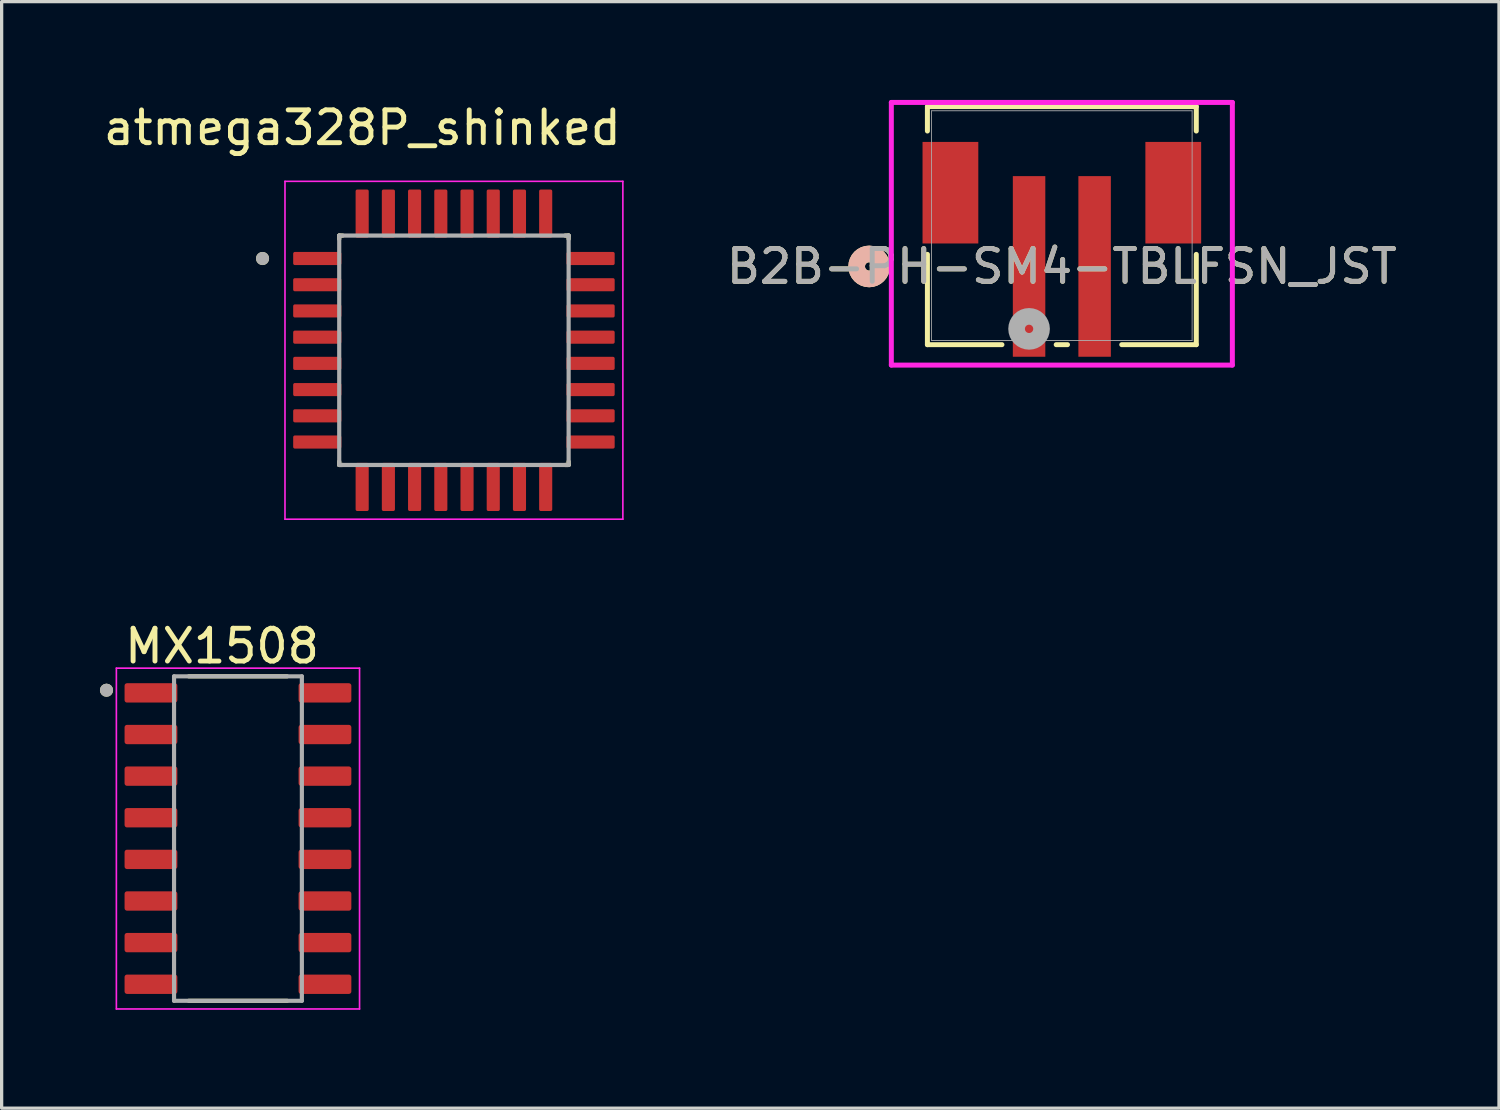
<source format=kicad_pcb>
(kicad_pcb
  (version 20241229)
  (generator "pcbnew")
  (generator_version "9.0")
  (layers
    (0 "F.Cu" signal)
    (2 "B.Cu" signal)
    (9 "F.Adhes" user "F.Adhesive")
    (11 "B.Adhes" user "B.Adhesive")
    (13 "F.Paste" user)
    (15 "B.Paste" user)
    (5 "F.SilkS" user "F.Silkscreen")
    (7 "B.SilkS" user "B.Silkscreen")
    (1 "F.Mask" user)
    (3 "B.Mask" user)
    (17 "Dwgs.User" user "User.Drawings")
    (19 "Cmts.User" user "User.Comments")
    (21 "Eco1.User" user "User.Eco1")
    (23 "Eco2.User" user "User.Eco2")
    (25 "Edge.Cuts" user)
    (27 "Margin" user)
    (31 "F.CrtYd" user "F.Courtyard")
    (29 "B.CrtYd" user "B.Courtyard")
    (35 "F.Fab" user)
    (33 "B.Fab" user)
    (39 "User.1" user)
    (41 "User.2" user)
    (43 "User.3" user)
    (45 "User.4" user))
  (footprint "MX1508"
    (layer "F.Cu")
    (at 4.211 22.538)
    (property "Reference" "MX1508" (at -0.485 -5.872 0) (layer "F.SilkS") (effects (font (size 1 1) (thickness 0.15))))
    (attr smd)
    (fp_line (start -1.5 -4.95) (end 1.5 -4.95) (stroke (width 0.127) (type solid)) (layer "F.SilkS"))
    (fp_line (start -1.5 4.95) (end 1.5 4.95) (stroke (width 0.127) (type solid)) (layer "F.SilkS"))
    (fp_circle (center -4.011 -4.527) (end -3.911 -4.527) (stroke (width 0.2) (type solid)) (fill no) (layer "F.SilkS"))
    (fp_line (start -3.71 -5.2) (end -3.71 5.2) (stroke (width 0.05) (type solid)) (layer "F.CrtYd"))
    (fp_line (start -3.71 -5.2) (end 3.71 -5.2) (stroke (width 0.05) (type solid)) (layer "F.CrtYd"))
    (fp_line (start -3.71 5.2) (end 3.71 5.2) (stroke (width 0.05) (type solid)) (layer "F.CrtYd"))
    (fp_line (start 3.71 -5.2) (end 3.71 5.2) (stroke (width 0.05) (type solid)) (layer "F.CrtYd"))
    (fp_line (start -1.95 -4.95) (end -1.95 4.95) (stroke (width 0.127) (type solid)) (layer "F.Fab"))
    (fp_line (start -1.95 -4.95) (end 1.95 -4.95) (stroke (width 0.127) (type solid)) (layer "F.Fab"))
    (fp_line (start -1.95 4.95) (end 1.95 4.95) (stroke (width 0.127) (type solid)) (layer "F.Fab"))
    (fp_line (start 1.95 -4.95) (end 1.95 4.95) (stroke (width 0.127) (type solid)) (layer "F.Fab"))
    (fp_circle (center -4.011 -4.527) (end -3.911 -4.527) (stroke (width 0.2) (type solid)) (fill no) (layer "F.Fab"))
    (pad "1" smd roundrect (at -2.655 -4.445) (size 1.61 0.59) (layers "F.Cu" "F.Mask" "F.Paste") (roundrect_rratio 0.125))
    (pad "2" smd roundrect (at -2.655 -3.175) (size 1.61 0.59) (layers "F.Cu" "F.Mask" "F.Paste") (roundrect_rratio 0.125))
    (pad "3" smd roundrect (at -2.655 -1.905) (size 1.61 0.59) (layers "F.Cu" "F.Mask" "F.Paste") (roundrect_rratio 0.125))
    (pad "4" smd roundrect (at -2.655 -0.635) (size 1.61 0.59) (layers "F.Cu" "F.Mask" "F.Paste") (roundrect_rratio 0.125))
    (pad "5" smd roundrect (at -2.655 0.635) (size 1.61 0.59) (layers "F.Cu" "F.Mask" "F.Paste") (roundrect_rratio 0.125))
    (pad "6" smd roundrect (at -2.655 1.905) (size 1.61 0.59) (layers "F.Cu" "F.Mask" "F.Paste") (roundrect_rratio 0.125))
    (pad "7" smd roundrect (at -2.655 3.175) (size 1.61 0.59) (layers "F.Cu" "F.Mask" "F.Paste") (roundrect_rratio 0.125))
    (pad "8" smd roundrect (at -2.655 4.445) (size 1.61 0.59) (layers "F.Cu" "F.Mask" "F.Paste") (roundrect_rratio 0.125))
    (pad "9" smd roundrect (at 2.655 4.445) (size 1.61 0.59) (layers "F.Cu" "F.Mask" "F.Paste") (roundrect_rratio 0.125))
    (pad "10" smd roundrect (at 2.655 3.175) (size 1.61 0.59) (layers "F.Cu" "F.Mask" "F.Paste") (roundrect_rratio 0.125))
    (pad "11" smd roundrect (at 2.655 1.905) (size 1.61 0.59) (layers "F.Cu" "F.Mask" "F.Paste") (roundrect_rratio 0.125))
    (pad "12" smd roundrect (at 2.655 0.635) (size 1.61 0.59) (layers "F.Cu" "F.Mask" "F.Paste") (roundrect_rratio 0.125))
    (pad "13" smd roundrect (at 2.655 -0.635) (size 1.61 0.59) (layers "F.Cu" "F.Mask" "F.Paste") (roundrect_rratio 0.125))
    (pad "14" smd roundrect (at 2.655 -1.905) (size 1.61 0.59) (layers "F.Cu" "F.Mask" "F.Paste") (roundrect_rratio 0.125))
    (pad "15" smd roundrect (at 2.655 -3.175) (size 1.61 0.59) (layers "F.Cu" "F.Mask" "F.Paste") (roundrect_rratio 0.125))
    (pad "16" smd roundrect (at 2.655 -4.445) (size 1.61 0.59) (layers "F.Cu" "F.Mask" "F.Paste") (roundrect_rratio 0.125)))
  (footprint "atmega328P_shinked"
    (layer "F.Cu")
    (at 10.801 7.638)
    (property "Reference" "atmega328P_shinked" (at -2.795 -6.79 0) (layer "F.SilkS") (effects (font (size 1 1) (thickness 0.15))))
    (attr smd)
    (fp_line (start -3.5 -3.5) (end -3.5 -3.395) (stroke (width 0.127) (type solid)) (layer "F.SilkS"))
    (fp_line (start -3.5 -3.5) (end -3.395 -3.5) (stroke (width 0.127) (type solid)) (layer "F.SilkS"))
    (fp_line (start -3.5 3.5) (end -3.5 3.395) (stroke (width 0.127) (type solid)) (layer "F.SilkS"))
    (fp_line (start -3.5 3.5) (end -3.395 3.5) (stroke (width 0.127) (type solid)) (layer "F.SilkS"))
    (fp_line (start 3.5 -3.5) (end 3.395 -3.5) (stroke (width 0.127) (type solid)) (layer "F.SilkS"))
    (fp_line (start 3.5 -3.5) (end 3.5 -3.395) (stroke (width 0.127) (type solid)) (layer "F.SilkS"))
    (fp_line (start 3.5 3.5) (end 3.395 3.5) (stroke (width 0.127) (type solid)) (layer "F.SilkS"))
    (fp_line (start 3.5 3.5) (end 3.5 3.395) (stroke (width 0.127) (type solid)) (layer "F.SilkS"))
    (fp_circle (center -5.84 -2.8) (end -5.74 -2.8) (stroke (width 0.2) (type solid)) (fill no) (layer "F.SilkS"))
    (fp_line (start -5.155 -5.155) (end 5.155 -5.155) (stroke (width 0.05) (type solid)) (layer "F.CrtYd"))
    (fp_line (start -5.155 5.155) (end -5.155 -5.155) (stroke (width 0.05) (type solid)) (layer "F.CrtYd"))
    (fp_line (start -5.155 5.155) (end 5.155 5.155) (stroke (width 0.05) (type solid)) (layer "F.CrtYd"))
    (fp_line (start 5.155 5.155) (end 5.155 -5.155) (stroke (width 0.05) (type solid)) (layer "F.CrtYd"))
    (fp_line (start -3.5 3.5) (end -3.5 -3.5) (stroke (width 0.127) (type solid)) (layer "F.Fab"))
    (fp_line (start 3.5 -3.5) (end -3.5 -3.5) (stroke (width 0.127) (type solid)) (layer "F.Fab"))
    (fp_line (start 3.5 3.5) (end -3.5 3.5) (stroke (width 0.127) (type solid)) (layer "F.Fab"))
    (fp_line (start 3.5 3.5) (end 3.5 -3.5) (stroke (width 0.127) (type solid)) (layer "F.Fab"))
    (fp_circle (center -5.84 -2.8) (end -5.74 -2.8) (stroke (width 0.2) (type solid)) (fill no) (layer "F.Fab"))
    (pad "1" smd roundrect (at -4.17 -2.8) (size 1.47 0.4) (layers "F.Cu" "F.Mask" "F.Paste") (roundrect_rratio 0.125))
    (pad "2" smd roundrect (at -4.17 -2) (size 1.47 0.4) (layers "F.Cu" "F.Mask" "F.Paste") (roundrect_rratio 0.125))
    (pad "3" smd roundrect (at -4.17 -1.2) (size 1.47 0.4) (layers "F.Cu" "F.Mask" "F.Paste") (roundrect_rratio 0.125))
    (pad "4" smd roundrect (at -4.17 -0.4) (size 1.47 0.4) (layers "F.Cu" "F.Mask" "F.Paste") (roundrect_rratio 0.125))
    (pad "5" smd roundrect (at -4.17 0.4) (size 1.47 0.4) (layers "F.Cu" "F.Mask" "F.Paste") (roundrect_rratio 0.125))
    (pad "6" smd roundrect (at -4.17 1.2) (size 1.47 0.4) (layers "F.Cu" "F.Mask" "F.Paste") (roundrect_rratio 0.125))
    (pad "7" smd roundrect (at -4.17 2) (size 1.47 0.4) (layers "F.Cu" "F.Mask" "F.Paste") (roundrect_rratio 0.125))
    (pad "8" smd roundrect (at -4.17 2.8) (size 1.47 0.4) (layers "F.Cu" "F.Mask" "F.Paste") (roundrect_rratio 0.125))
    (pad "9" smd roundrect (at -2.8 4.17) (size 0.4 1.47) (layers "F.Cu" "F.Mask" "F.Paste") (roundrect_rratio 0.125))
    (pad "10" smd roundrect (at -2 4.17) (size 0.4 1.47) (layers "F.Cu" "F.Mask" "F.Paste") (roundrect_rratio 0.125))
    (pad "11" smd roundrect (at -1.2 4.17) (size 0.4 1.47) (layers "F.Cu" "F.Mask" "F.Paste") (roundrect_rratio 0.125))
    (pad "12" smd roundrect (at -0.4 4.17) (size 0.4 1.47) (layers "F.Cu" "F.Mask" "F.Paste") (roundrect_rratio 0.125))
    (pad "13" smd roundrect (at 0.4 4.17) (size 0.4 1.47) (layers "F.Cu" "F.Mask" "F.Paste") (roundrect_rratio 0.125))
    (pad "14" smd roundrect (at 1.2 4.17) (size 0.4 1.47) (layers "F.Cu" "F.Mask" "F.Paste") (roundrect_rratio 0.125))
    (pad "15" smd roundrect (at 2 4.17) (size 0.4 1.47) (layers "F.Cu" "F.Mask" "F.Paste") (roundrect_rratio 0.125))
    (pad "16" smd roundrect (at 2.8 4.17) (size 0.4 1.47) (layers "F.Cu" "F.Mask" "F.Paste") (roundrect_rratio 0.125))
    (pad "17" smd roundrect (at 4.17 2.8) (size 1.47 0.4) (layers "F.Cu" "F.Mask" "F.Paste") (roundrect_rratio 0.125))
    (pad "18" smd roundrect (at 4.17 2) (size 1.47 0.4) (layers "F.Cu" "F.Mask" "F.Paste") (roundrect_rratio 0.125))
    (pad "19" smd roundrect (at 4.17 1.2) (size 1.47 0.4) (layers "F.Cu" "F.Mask" "F.Paste") (roundrect_rratio 0.125))
    (pad "20" smd roundrect (at 4.17 0.4) (size 1.47 0.4) (layers "F.Cu" "F.Mask" "F.Paste") (roundrect_rratio 0.125))
    (pad "21" smd roundrect (at 4.17 -0.4) (size 1.47 0.4) (layers "F.Cu" "F.Mask" "F.Paste") (roundrect_rratio 0.125))
    (pad "22" smd roundrect (at 4.17 -1.2) (size 1.47 0.4) (layers "F.Cu" "F.Mask" "F.Paste") (roundrect_rratio 0.125))
    (pad "23" smd roundrect (at 4.17 -2) (size 1.47 0.4) (layers "F.Cu" "F.Mask" "F.Paste") (roundrect_rratio 0.125))
    (pad "24" smd roundrect (at 4.17 -2.8) (size 1.47 0.4) (layers "F.Cu" "F.Mask" "F.Paste") (roundrect_rratio 0.125))
    (pad "25" smd roundrect (at 2.8 -4.17) (size 0.4 1.47) (layers "F.Cu" "F.Mask" "F.Paste") (roundrect_rratio 0.125))
    (pad "26" smd roundrect (at 2 -4.17) (size 0.4 1.47) (layers "F.Cu" "F.Mask" "F.Paste") (roundrect_rratio 0.125))
    (pad "27" smd roundrect (at 1.2 -4.17) (size 0.4 1.47) (layers "F.Cu" "F.Mask" "F.Paste") (roundrect_rratio 0.125))
    (pad "28" smd roundrect (at 0.4 -4.17) (size 0.4 1.47) (layers "F.Cu" "F.Mask" "F.Paste") (roundrect_rratio 0.125))
    (pad "29" smd roundrect (at -0.4 -4.17) (size 0.4 1.47) (layers "F.Cu" "F.Mask" "F.Paste") (roundrect_rratio 0.125))
    (pad "30" smd roundrect (at -1.2 -4.17) (size 0.4 1.47) (layers "F.Cu" "F.Mask" "F.Paste") (roundrect_rratio 0.125))
    (pad "31" smd roundrect (at -2 -4.17) (size 0.4 1.47) (layers "F.Cu" "F.Mask" "F.Paste") (roundrect_rratio 0.125))
    (pad "32" smd roundrect (at -2.8 -4.17) (size 0.4 1.47) (layers "F.Cu" "F.Mask" "F.Paste") (roundrect_rratio 0.125)))
  (footprint "B2B-PH-SM4-TBLFSN_JST"
    (layer "F.Cu")
    (at 29.351 3.835)
    (property "Reference" "B2B-PH-SM4-TBLFSN_JST" (at 0 1.245 0) (unlocked yes) (layer "F.SilkS") (effects (font (size 1 1) (thickness 0.15))))
    (attr smd)
    (fp_line (start -4.102 -3.632) (end -4.102 -2.887) (stroke (width 0.152) (type solid)) (layer "F.SilkS"))
    (fp_line (start -4.102 0.877) (end -4.102 3.632) (stroke (width 0.152) (type solid)) (layer "F.SilkS"))
    (fp_line (start -4.102 3.632) (end -1.828 3.632) (stroke (width 0.152) (type solid)) (layer "F.SilkS"))
    (fp_line (start -0.172 3.632) (end 0.172 3.632) (stroke (width 0.152) (type solid)) (layer "F.SilkS"))
    (fp_line (start 1.828 3.632) (end 4.102 3.632) (stroke (width 0.152) (type solid)) (layer "F.SilkS"))
    (fp_line (start 4.102 -3.632) (end -4.102 -3.632) (stroke (width 0.152) (type solid)) (layer "F.SilkS"))
    (fp_line (start 4.102 -2.887) (end 4.102 -3.632) (stroke (width 0.152) (type solid)) (layer "F.SilkS"))
    (fp_line (start 4.102 3.632) (end 4.102 0.877) (stroke (width 0.152) (type solid)) (layer "F.SilkS"))
    (fp_circle (center -5.88 1.245) (end -5.499 1.245) (stroke (width 0.508) (type solid)) (fill no) (layer "F.SilkS"))
    (fp_circle (center -5.88 1.245) (end -5.499 1.245) (stroke (width 0.508) (type solid)) (fill no) (layer "B.SilkS"))
    (fp_line (start -5.203 -3.759) (end -5.203 4.255) (stroke (width 0.152) (type solid)) (layer "F.CrtYd"))
    (fp_line (start -5.203 4.255) (end 5.203 4.255) (stroke (width 0.152) (type solid)) (layer "F.CrtYd"))
    (fp_line (start 5.203 -3.759) (end -5.203 -3.759) (stroke (width 0.152) (type solid)) (layer "F.CrtYd"))
    (fp_line (start 5.203 4.255) (end 5.203 -3.759) (stroke (width 0.152) (type solid)) (layer "F.CrtYd"))
    (fp_line (start -3.975 -3.505) (end -3.975 3.505) (stroke (width 0.025) (type solid)) (layer "F.Fab"))
    (fp_line (start -3.975 3.505) (end 3.975 3.505) (stroke (width 0.025) (type solid)) (layer "F.Fab"))
    (fp_line (start 3.975 -3.505) (end -3.975 -3.505) (stroke (width 0.025) (type solid)) (layer "F.Fab"))
    (fp_line (start 3.975 3.505) (end 3.975 -3.505) (stroke (width 0.025) (type solid)) (layer "F.Fab"))
    (fp_circle (center -1 3.15) (end -0.619 3.15) (stroke (width 0.508) (type solid)) (fill no) (layer "F.Fab"))
    (fp_text user "${REFERENCE}" (at 0 1.245 0) (unlocked yes) (layer "F.Fab") (effects (font (size 1 1) (thickness 0.15))))
    (pad "1" smd rect (at -1 1.245) (size 0.991 5.512) (layers "F.Cu" "F.Mask" "F.Paste"))
    (pad "2" smd rect (at 1 1.245) (size 0.991 5.512) (layers "F.Cu" "F.Mask" "F.Paste"))
    (pad "3" smd rect (at -3.4 -1.005 90) (size 3.099 1.702) (layers "F.Cu" "F.Mask" "F.Paste"))
    (pad "4" smd rect (at 3.4 -1.005 90) (size 3.099 1.702) (layers "F.Cu" "F.Mask" "F.Paste")))
  (gr_rect
    (start -3 -3)
    (end 42.69 30.764)
    (stroke (width 0.1) (type default))
    (fill no)
    (layer "Edge.Cuts")))
</source>
